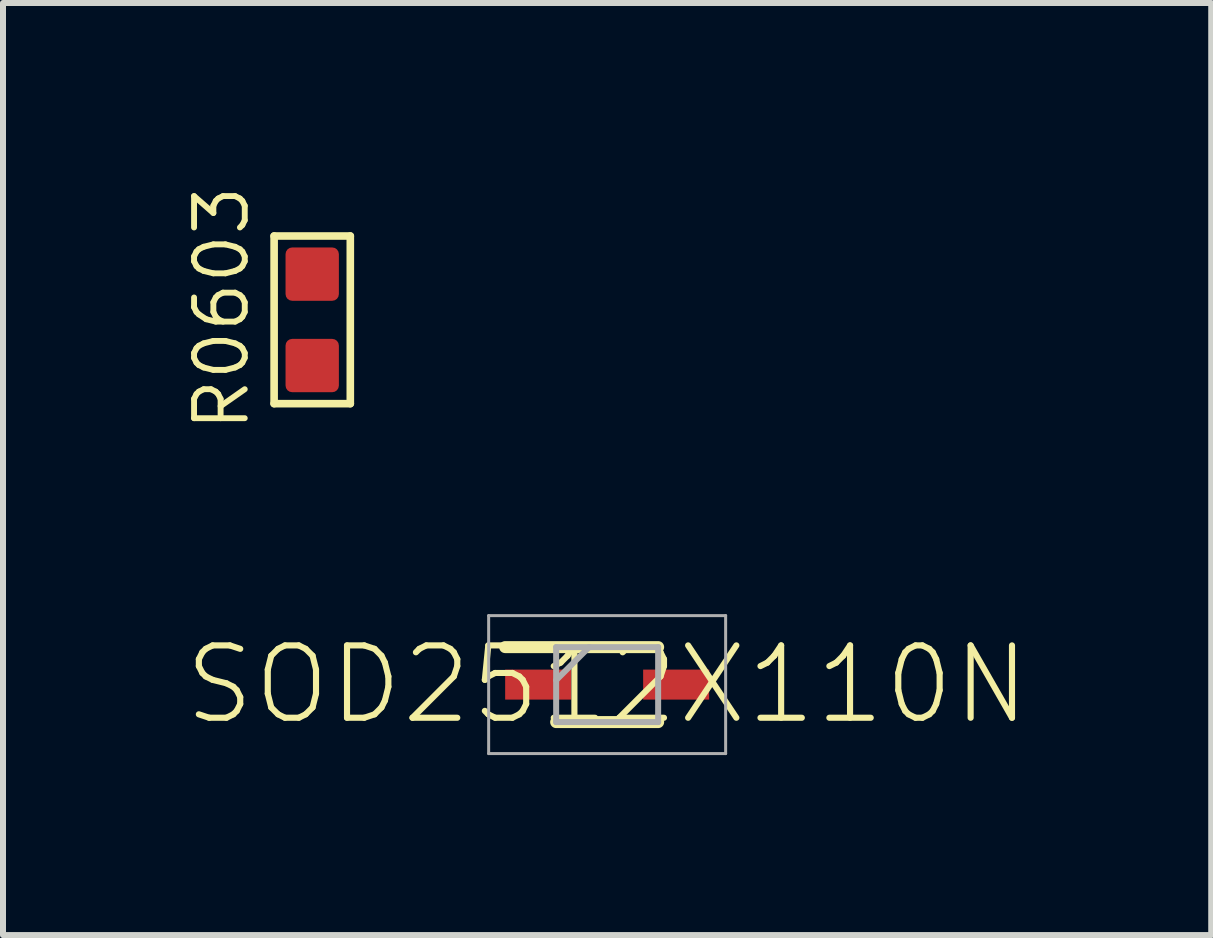
<source format=kicad_pcb>
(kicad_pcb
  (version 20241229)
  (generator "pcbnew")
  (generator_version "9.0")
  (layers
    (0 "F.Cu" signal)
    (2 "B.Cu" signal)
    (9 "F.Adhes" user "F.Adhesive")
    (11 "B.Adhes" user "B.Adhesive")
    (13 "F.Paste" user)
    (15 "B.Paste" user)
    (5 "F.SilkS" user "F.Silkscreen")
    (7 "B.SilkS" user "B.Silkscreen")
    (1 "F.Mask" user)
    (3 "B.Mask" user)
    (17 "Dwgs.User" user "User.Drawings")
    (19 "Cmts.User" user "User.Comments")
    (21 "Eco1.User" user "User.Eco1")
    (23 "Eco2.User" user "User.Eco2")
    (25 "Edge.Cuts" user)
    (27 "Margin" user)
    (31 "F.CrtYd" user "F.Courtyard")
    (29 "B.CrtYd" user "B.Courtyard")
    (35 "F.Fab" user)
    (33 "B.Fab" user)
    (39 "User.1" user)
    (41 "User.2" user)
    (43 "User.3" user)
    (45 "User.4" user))
  (footprint "R0603"
    (layer "F.Cu")
    (at 2.154 2.281)
    (property "Reference" "R0603" (at -1.016 1.905 90) (layer "F.SilkS") (effects (font (size 0.845 0.845) (thickness 0.098)) (justify left bottom)))
    (attr through_hole)
    (fp_line (start -0.635 -1.397) (end 0.635 -1.397) (stroke (width 0.127) (type solid)) (layer "F.SilkS"))
    (fp_line (start -0.635 1.397) (end -0.635 -1.397) (stroke (width 0.127) (type solid)) (layer "F.SilkS"))
    (fp_line (start 0.635 -1.397) (end 0.635 1.397) (stroke (width 0.127) (type solid)) (layer "F.SilkS"))
    (fp_line (start 0.635 1.397) (end -0.635 1.397) (stroke (width 0.127) (type solid)) (layer "F.SilkS"))
    (pad "1" smd roundrect (at 0 -0.762 270) (size 0.889 0.889) (layers "F.Cu" "F.Mask" "F.Paste") (roundrect_rratio 0.125))
    (pad "2" smd roundrect (at 0 0.762 270) (size 0.889 0.889) (layers "F.Cu" "F.Mask" "F.Paste") (roundrect_rratio 0.125)))
  (footprint "SOD2512X110N"
    (layer "F.Cu")
    (at 7.07 8.361)
    (property "Reference" "SOD2512X110N" (at 0 0 0) (layer "F.SilkS") (effects (font (size 1.206 1.206) (thickness 0.102))))
    (attr through_hole)
    (fp_line (start -1.7 -0.625) (end 0.85 -0.625) (stroke (width 0.2) (type solid)) (layer "F.SilkS"))
    (fp_line (start -0.85 0.625) (end 0.85 0.625) (stroke (width 0.2) (type solid)) (layer "F.SilkS"))
    (fp_line (start -1.975 -1.15) (end 1.975 -1.15) (stroke (width 0.05) (type solid)) (layer "F.Fab"))
    (fp_line (start -1.975 1.15) (end -1.975 -1.15) (stroke (width 0.05) (type solid)) (layer "F.Fab"))
    (fp_line (start -0.85 -0.625) (end 0.85 -0.625) (stroke (width 0.1) (type solid)) (layer "F.Fab"))
    (fp_line (start -0.85 -0.075) (end -0.3 -0.625) (stroke (width 0.1) (type solid)) (layer "F.Fab"))
    (fp_line (start -0.85 0.625) (end -0.85 -0.625) (stroke (width 0.1) (type solid)) (layer "F.Fab"))
    (fp_line (start 0.85 -0.625) (end 0.85 0.625) (stroke (width 0.1) (type solid)) (layer "F.Fab"))
    (fp_line (start 0.85 0.625) (end -0.85 0.625) (stroke (width 0.1) (type solid)) (layer "F.Fab"))
    (fp_line (start 1.975 -1.15) (end 1.975 1.15) (stroke (width 0.05) (type solid)) (layer "F.Fab"))
    (fp_line (start 1.975 1.15) (end -1.975 1.15) (stroke (width 0.05) (type solid)) (layer "F.Fab"))
    (pad "1" smd rect (at -1.15 0) (size 1.1 0.5) (layers "F.Cu" "F.Mask" "F.Paste"))
    (pad "2" smd rect (at 1.15 0) (size 1.1 0.5) (layers "F.Cu" "F.Mask" "F.Paste")))
  (gr_rect
    (start -3 -3)
    (end 17.139 12.536)
    (stroke (width 0.1) (type default))
    (fill no)
    (layer "Edge.Cuts")))
</source>
